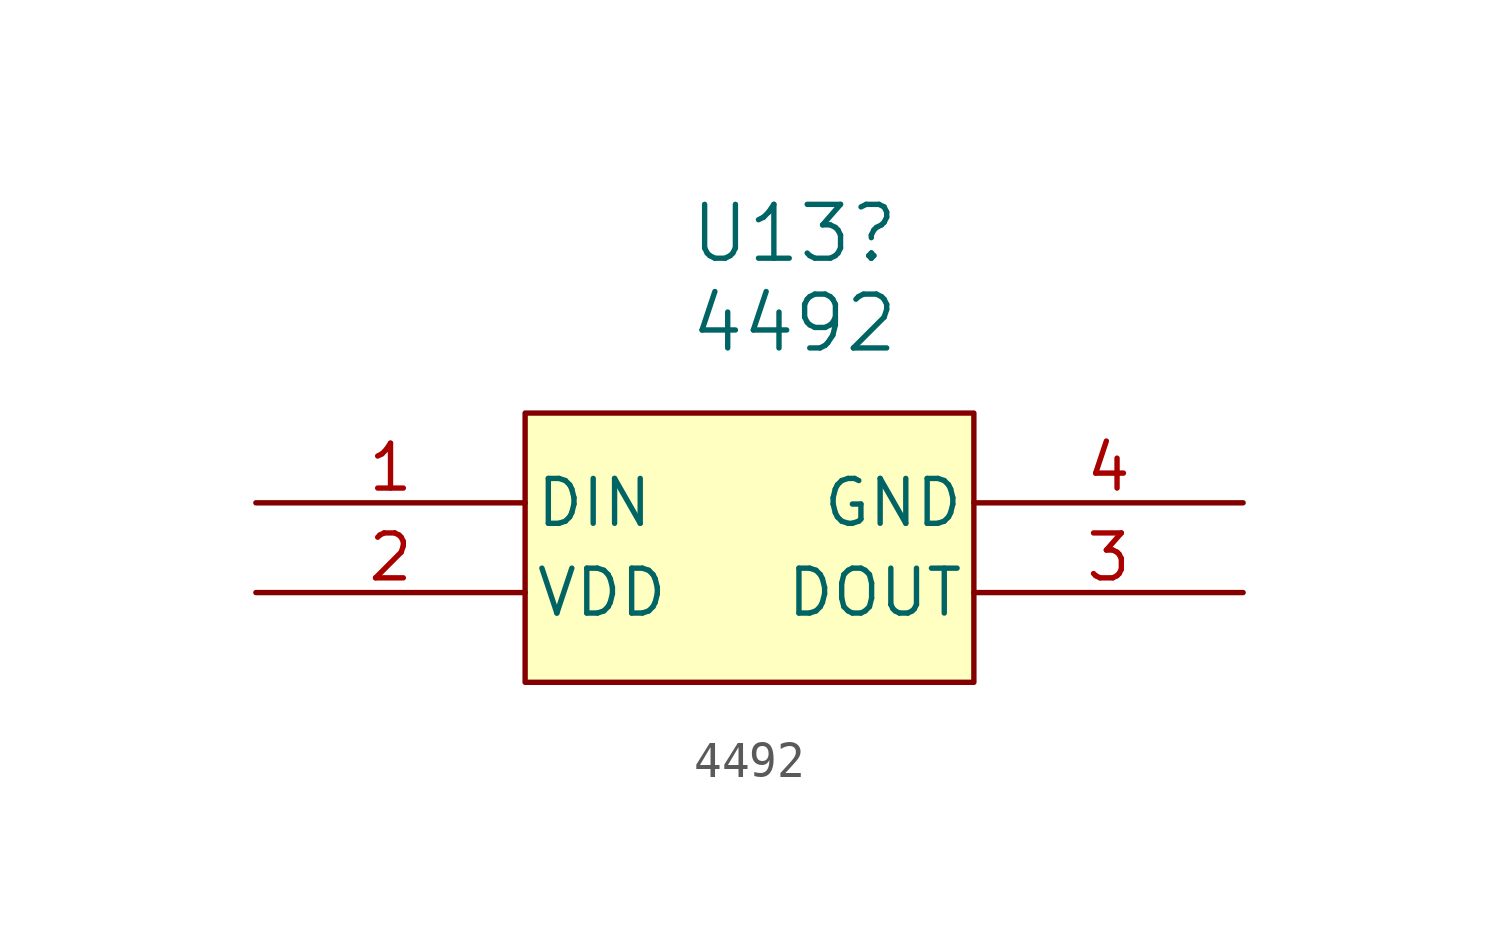
<source format=kicad_sym>
(kicad_symbol_lib
  (version 20220914)
  (generator kicad_symbol_editor)
  (symbol "4492"
    (pin_names
      (offset 0.254))
    (property "Reference" "U13"
      (at 2.54 7.62 0)
      (effects (font (size 1.524 1.524))))
    (property "Value" "4492"
      (at 2.54 5.08 0)
      (effects (font (size 1.524 1.524))))
    (property "ki_locked" ""
      (at 0 0 0)
      (effects (font (size 1.27 1.27))))
    (symbol "4492_0_1"
      (pin unspecified line (at -12.7 0 0) (length 7.62) (name "DIN" (effects (font (size 1.27 1.27)))) (number "1" (effects (font (size 1.27 1.27)))))
      (pin unspecified line (at -12.7 -2.54 0) (length 7.62) (name "VDD" (effects (font (size 1.27 1.27)))) (number "2" (effects (font (size 1.27 1.27)))))
      (pin unspecified line (at 15.24 -2.54 180) (length 7.62) (name "DOUT" (effects (font (size 1.27 1.27)))) (number "3" (effects (font (size 1.27 1.27)))))
      (pin unspecified line (at 15.24 0 180) (length 7.62) (name "GND" (effects (font (size 1.27 1.27)))) (number "4" (effects (font (size 1.27 1.27))))))
    (symbol "4492_1_1"
      (rectangle (start -5.08 2.54) (end 7.62 -5.08) (stroke (width 0) (type default)) (fill (type background))))))
</source>
